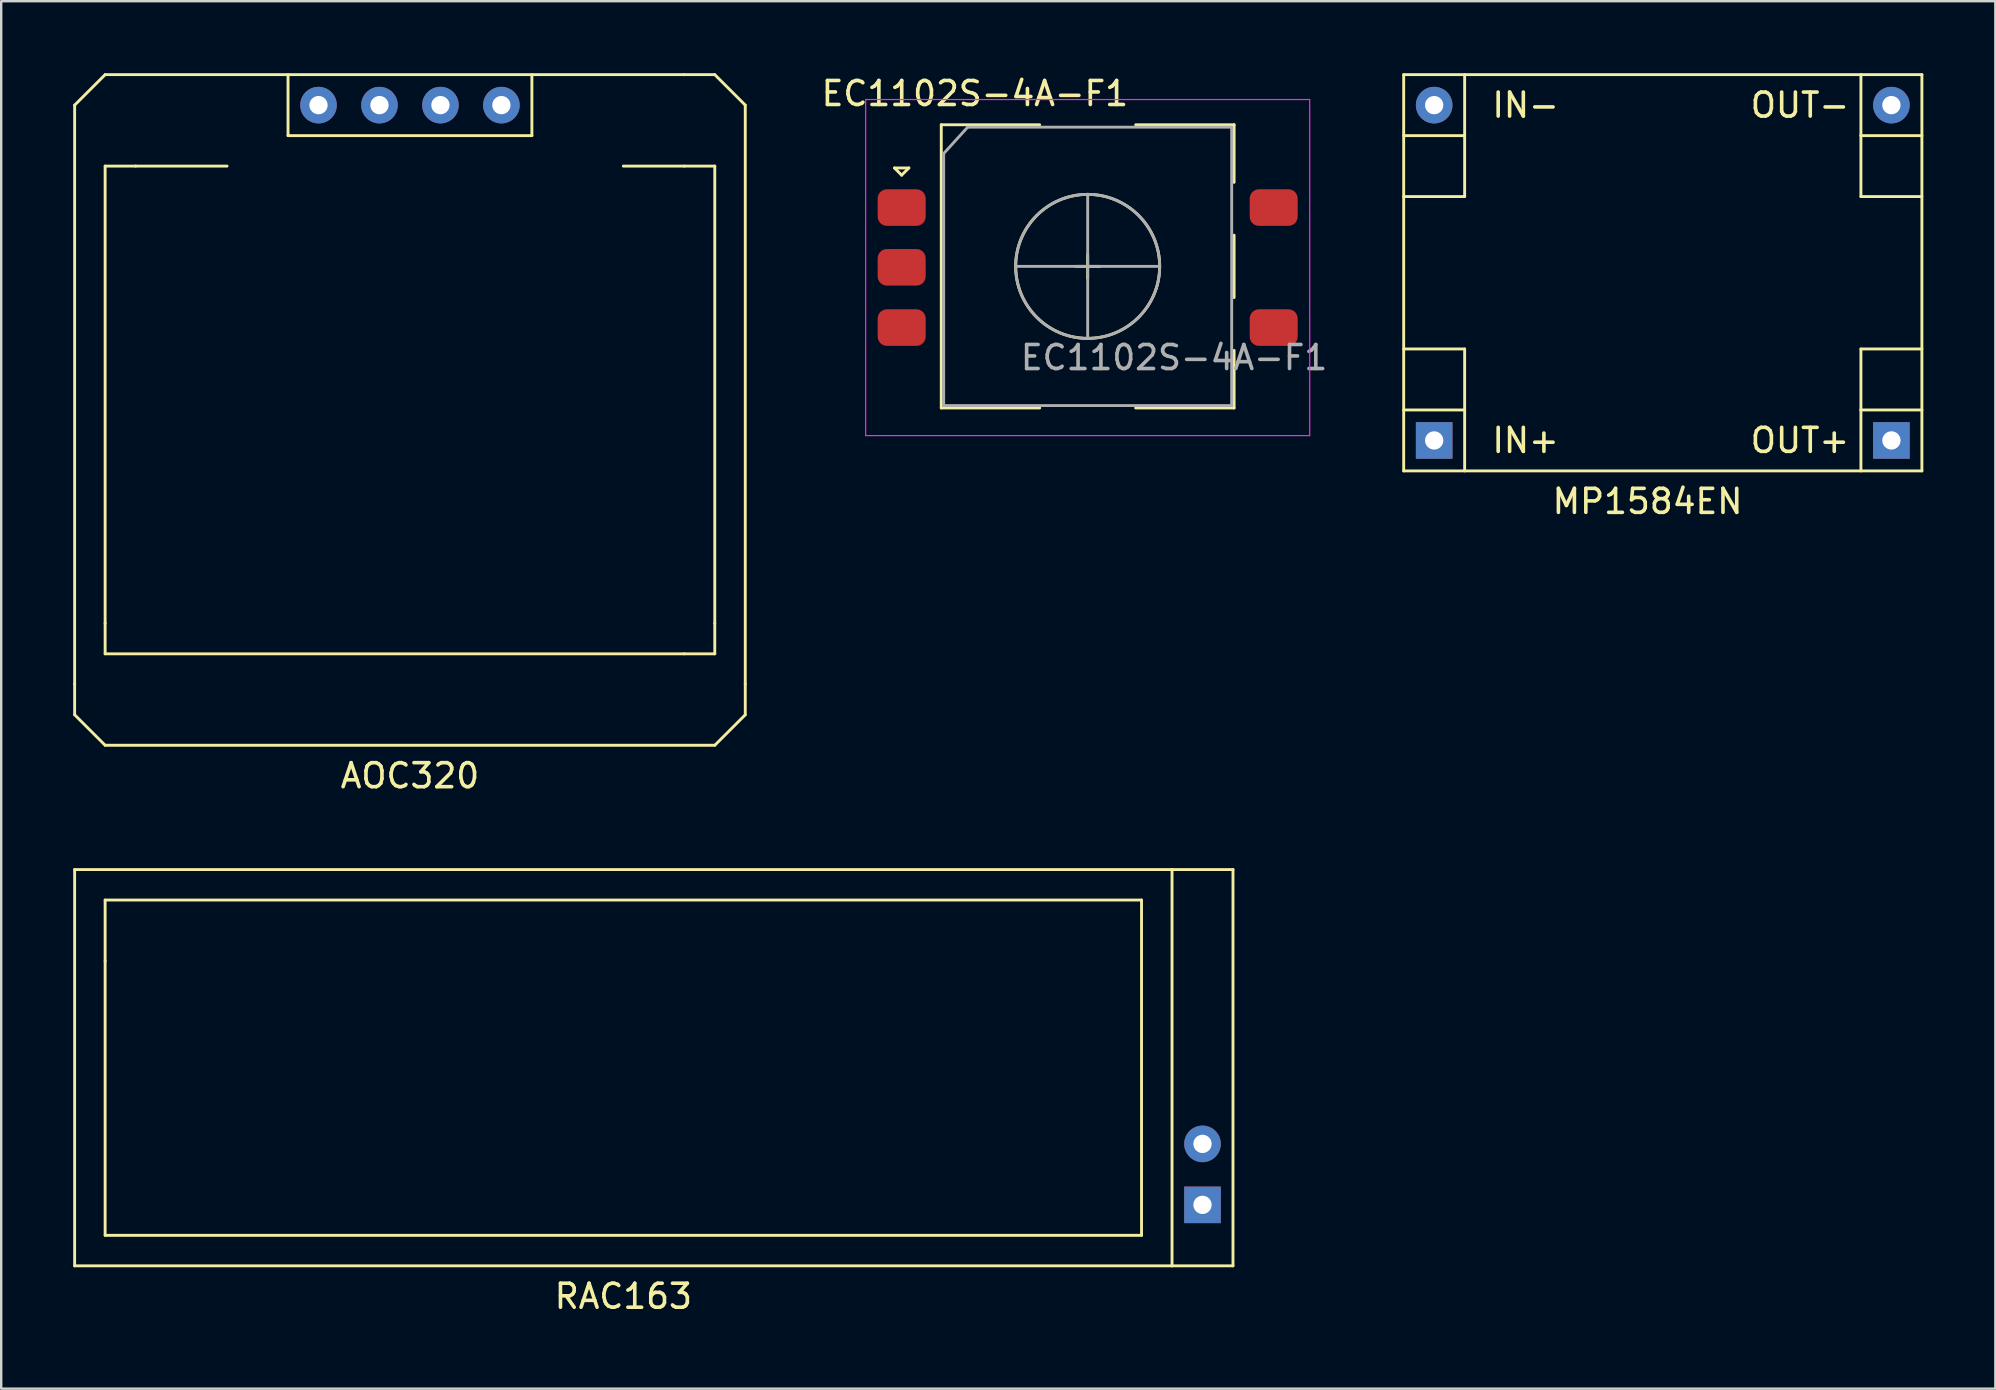
<source format=kicad_pcb>
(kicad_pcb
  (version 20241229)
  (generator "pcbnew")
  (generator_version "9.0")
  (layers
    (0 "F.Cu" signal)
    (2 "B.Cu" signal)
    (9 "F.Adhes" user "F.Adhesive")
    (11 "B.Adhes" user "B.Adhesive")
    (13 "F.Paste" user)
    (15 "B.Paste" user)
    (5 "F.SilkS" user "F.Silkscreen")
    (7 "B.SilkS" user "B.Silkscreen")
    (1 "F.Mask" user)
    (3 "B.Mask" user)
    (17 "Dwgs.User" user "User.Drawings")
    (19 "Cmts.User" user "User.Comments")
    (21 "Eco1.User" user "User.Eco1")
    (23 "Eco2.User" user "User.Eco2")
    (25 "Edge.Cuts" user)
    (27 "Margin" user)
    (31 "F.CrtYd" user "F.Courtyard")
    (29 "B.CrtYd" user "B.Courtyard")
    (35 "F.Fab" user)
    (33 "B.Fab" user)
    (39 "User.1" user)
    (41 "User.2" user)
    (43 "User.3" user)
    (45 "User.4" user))
  (footprint "RAC163"
    (layer "F.Cu")
    (at 22.92 40.798)
    (property "Reference" "RAC163" (at 0 10.16 0) (layer "F.SilkS") (effects (font (size 1 1) (thickness 0.15))))
    (attr through_hole)
    (fp_line (start -22.86 -7.62) (end -22.86 8.89) (stroke (width 0.12) (type solid)) (layer "F.SilkS"))
    (fp_line (start -22.86 8.89) (end 22.86 8.89) (stroke (width 0.12) (type solid)) (layer "F.SilkS"))
    (fp_line (start -21.59 -6.35) (end -21.59 -3.81) (stroke (width 0.12) (type solid)) (layer "F.SilkS"))
    (fp_line (start -21.59 -3.81) (end -21.59 7.62) (stroke (width 0.12) (type solid)) (layer "F.SilkS"))
    (fp_line (start -21.59 7.62) (end 21.59 7.62) (stroke (width 0.12) (type solid)) (layer "F.SilkS"))
    (fp_line (start 21.59 -6.35) (end -21.59 -6.35) (stroke (width 0.12) (type solid)) (layer "F.SilkS"))
    (fp_line (start 21.59 7.62) (end 21.59 -6.35) (stroke (width 0.12) (type solid)) (layer "F.SilkS"))
    (fp_line (start 22.86 -7.62) (end -22.86 -7.62) (stroke (width 0.12) (type solid)) (layer "F.SilkS"))
    (fp_line (start 22.86 -7.62) (end 25.4 -7.62) (stroke (width 0.12) (type solid)) (layer "F.SilkS"))
    (fp_line (start 22.86 8.89) (end 22.86 -7.62) (stroke (width 0.12) (type solid)) (layer "F.SilkS"))
    (fp_line (start 25.4 -7.62) (end 25.4 8.89) (stroke (width 0.12) (type solid)) (layer "F.SilkS"))
    (fp_line (start 25.4 8.89) (end 22.86 8.89) (stroke (width 0.12) (type solid)) (layer "F.SilkS"))
    (pad "1" thru_hole trapezoid (at 24.13 6.35) (size 1.524 1.524) (drill 0.762) (layers "*.Cu" "*.Mask"))
    (pad "2" thru_hole circle (at 24.13 3.81) (size 1.524 1.524) (drill 0.762) (layers "*.Cu" "*.Mask")))
  (footprint "AOC320"
    (layer "F.Cu")
    (at 14.03 14.03)
    (property "Reference" "AOC320" (at 0 15.24 0) (layer "F.SilkS") (effects (font (size 1 1) (thickness 0.15))))
    (attr through_hole)
    (fp_line (start -13.97 -12.7) (end -13.97 11.43) (stroke (width 0.12) (type solid)) (layer "F.SilkS"))
    (fp_line (start -13.97 12.7) (end -13.97 11.43) (stroke (width 0.12) (type solid)) (layer "F.SilkS"))
    (fp_line (start -12.7 -13.97) (end -13.97 -12.7) (stroke (width 0.12) (type solid)) (layer "F.SilkS"))
    (fp_line (start -12.7 -10.16) (end -12.7 8.89) (stroke (width 0.12) (type solid)) (layer "F.SilkS"))
    (fp_line (start -12.7 8.89) (end -12.7 10.16) (stroke (width 0.12) (type solid)) (layer "F.SilkS"))
    (fp_line (start -12.7 10.16) (end 11.43 10.16) (stroke (width 0.12) (type solid)) (layer "F.SilkS"))
    (fp_line (start -12.7 13.97) (end -13.97 12.7) (stroke (width 0.12) (type solid)) (layer "F.SilkS"))
    (fp_line (start -11.43 -10.16) (end -12.7 -10.16) (stroke (width 0.12) (type solid)) (layer "F.SilkS"))
    (fp_line (start -11.43 -10.16) (end -7.62 -10.16) (stroke (width 0.12) (type solid)) (layer "F.SilkS"))
    (fp_line (start -5.08 -13.97) (end -5.08 -11.43) (stroke (width 0.12) (type solid)) (layer "F.SilkS"))
    (fp_line (start -5.08 -11.43) (end 5.08 -11.43) (stroke (width 0.12) (type solid)) (layer "F.SilkS"))
    (fp_line (start 5.08 -11.43) (end 5.08 -13.97) (stroke (width 0.12) (type solid)) (layer "F.SilkS"))
    (fp_line (start 8.89 -10.16) (end 11.43 -10.16) (stroke (width 0.12) (type solid)) (layer "F.SilkS"))
    (fp_line (start 11.43 -13.97) (end -12.7 -13.97) (stroke (width 0.12) (type solid)) (layer "F.SilkS"))
    (fp_line (start 11.43 10.16) (end 12.7 10.16) (stroke (width 0.12) (type solid)) (layer "F.SilkS"))
    (fp_line (start 12.7 -13.97) (end 11.43 -13.97) (stroke (width 0.12) (type solid)) (layer "F.SilkS"))
    (fp_line (start 12.7 -10.16) (end 11.43 -10.16) (stroke (width 0.12) (type solid)) (layer "F.SilkS"))
    (fp_line (start 12.7 8.89) (end 12.7 -10.16) (stroke (width 0.12) (type solid)) (layer "F.SilkS"))
    (fp_line (start 12.7 8.89) (end 12.7 10.16) (stroke (width 0.12) (type solid)) (layer "F.SilkS"))
    (fp_line (start 12.7 13.97) (end -12.7 13.97) (stroke (width 0.12) (type solid)) (layer "F.SilkS"))
    (fp_line (start 13.97 -12.7) (end 12.7 -13.97) (stroke (width 0.12) (type solid)) (layer "F.SilkS"))
    (fp_line (start 13.97 11.43) (end 13.97 -12.7) (stroke (width 0.12) (type solid)) (layer "F.SilkS"))
    (fp_line (start 13.97 11.43) (end 13.97 12.7) (stroke (width 0.12) (type solid)) (layer "F.SilkS"))
    (fp_line (start 13.97 12.7) (end 12.7 13.97) (stroke (width 0.12) (type solid)) (layer "F.SilkS"))
    (pad "1" thru_hole circle (at -3.81 -12.7) (size 1.524 1.524) (drill 0.762) (layers "*.Cu" "*.Mask"))
    (pad "2" thru_hole circle (at -1.27 -12.7) (size 1.524 1.524) (drill 0.762) (layers "*.Cu" "*.Mask"))
    (pad "3" thru_hole circle (at 3.81 -12.7) (size 1.524 1.524) (drill 0.762) (layers "*.Cu" "*.Mask"))
    (pad "4" thru_hole circle (at 1.27 -12.7) (size 1.524 1.524) (drill 0.762) (layers "*.Cu" "*.Mask")))
  (footprint "MP1584EN"
    (layer "F.Cu")
    (at 65.592 7.68)
    (property "Reference" "MP1584EN" (at 0 10.16 0) (layer "F.SilkS") (effects (font (size 1 1) (thickness 0.15))))
    (attr through_hole)
    (fp_line (start -10.16 -7.62) (end -10.16 8.89) (stroke (width 0.12) (type solid)) (layer "F.SilkS"))
    (fp_line (start -10.16 -5.08) (end -7.62 -5.08) (stroke (width 0.12) (type solid)) (layer "F.SilkS"))
    (fp_line (start -10.16 -2.54) (end -7.62 -2.54) (stroke (width 0.12) (type solid)) (layer "F.SilkS"))
    (fp_line (start -10.16 3.81) (end -7.62 3.81) (stroke (width 0.12) (type solid)) (layer "F.SilkS"))
    (fp_line (start -10.16 6.35) (end -7.62 6.35) (stroke (width 0.12) (type solid)) (layer "F.SilkS"))
    (fp_line (start -10.16 8.89) (end 11.43 8.89) (stroke (width 0.12) (type solid)) (layer "F.SilkS"))
    (fp_line (start -7.62 -5.08) (end -7.62 -7.62) (stroke (width 0.12) (type solid)) (layer "F.SilkS"))
    (fp_line (start -7.62 -2.54) (end -7.62 -5.08) (stroke (width 0.12) (type solid)) (layer "F.SilkS"))
    (fp_line (start -7.62 3.81) (end -7.62 6.35) (stroke (width 0.12) (type solid)) (layer "F.SilkS"))
    (fp_line (start -7.62 6.35) (end -7.62 8.89) (stroke (width 0.12) (type solid)) (layer "F.SilkS"))
    (fp_line (start 8.89 -7.62) (end 8.89 -5.08) (stroke (width 0.12) (type solid)) (layer "F.SilkS"))
    (fp_line (start 8.89 -5.08) (end 8.89 -2.54) (stroke (width 0.12) (type solid)) (layer "F.SilkS"))
    (fp_line (start 8.89 -5.08) (end 11.43 -5.08) (stroke (width 0.12) (type solid)) (layer "F.SilkS"))
    (fp_line (start 8.89 -2.54) (end 11.43 -2.54) (stroke (width 0.12) (type solid)) (layer "F.SilkS"))
    (fp_line (start 8.89 3.81) (end 11.43 3.81) (stroke (width 0.12) (type solid)) (layer "F.SilkS"))
    (fp_line (start 8.89 6.35) (end 8.89 3.81) (stroke (width 0.12) (type solid)) (layer "F.SilkS"))
    (fp_line (start 8.89 6.35) (end 11.43 6.35) (stroke (width 0.12) (type solid)) (layer "F.SilkS"))
    (fp_line (start 8.89 8.89) (end 8.89 6.35) (stroke (width 0.12) (type solid)) (layer "F.SilkS"))
    (fp_line (start 11.43 -7.62) (end -10.16 -7.62) (stroke (width 0.12) (type solid)) (layer "F.SilkS"))
    (fp_line (start 11.43 -7.62) (end 11.43 8.89) (stroke (width 0.12) (type solid)) (layer "F.SilkS"))
    (fp_text user "IN+" (at -5.08 7.62 0) (layer "F.SilkS") (effects (font (size 1 1) (thickness 0.15))))
    (fp_text user "IN-" (at -5.08 -6.35 0) (layer "F.SilkS") (effects (font (size 1 1) (thickness 0.15))))
    (fp_text user "OUT+" (at 6.35 7.62 0) (layer "F.SilkS") (effects (font (size 1 1) (thickness 0.15))))
    (fp_text user "OUT-" (at 6.35 -6.35 0) (layer "F.SilkS") (effects (font (size 1 1) (thickness 0.15))))
    (pad "1" thru_hole circle (at -8.89 -6.35) (size 1.524 1.524) (drill 0.762) (layers "*.Cu" "*.Mask"))
    (pad "2" thru_hole rect (at -8.89 7.62) (size 1.524 1.524) (drill 0.762) (layers "*.Cu" "*.Mask"))
    (pad "3" thru_hole circle (at 10.16 -6.35) (size 1.524 1.524) (drill 0.762) (layers "*.Cu" "*.Mask"))
    (pad "4" thru_hole trapezoid (at 10.16 7.62) (size 1.524 1.524) (drill 0.762) (layers "*.Cu" "*.Mask")))
  (footprint "EC1102S-4A-F1"
    (layer "F.Cu")
    (at 42.266 8.098)
    (property "Reference" "EC1102S-4A-F1" (at -4.7 -7.25 0) (layer "F.SilkS") (effects (font (size 1 1) (thickness 0.15))))
    (attr through_hole)
    (fp_line (start -8.05 -4.15) (end -7.45 -4.15) (stroke (width 0.12) (type solid)) (layer "F.SilkS"))
    (fp_line (start -7.75 -3.85) (end -8.05 -4.15) (stroke (width 0.12) (type solid)) (layer "F.SilkS"))
    (fp_line (start -7.45 -4.15) (end -7.75 -3.85) (stroke (width 0.12) (type solid)) (layer "F.SilkS"))
    (fp_line (start -6.1 -5.95) (end -6.1 5.85) (stroke (width 0.12) (type solid)) (layer "F.SilkS"))
    (fp_line (start -2 -5.95) (end -6.1 -5.95) (stroke (width 0.12) (type solid)) (layer "F.SilkS"))
    (fp_line (start -2 5.85) (end -6.1 5.85) (stroke (width 0.12) (type solid)) (layer "F.SilkS"))
    (fp_line (start -0.5 -0.05) (end 0.5 -0.05) (stroke (width 0.12) (type solid)) (layer "F.SilkS"))
    (fp_line (start 0 -0.55) (end 0 0.45) (stroke (width 0.12) (type solid)) (layer "F.SilkS"))
    (fp_line (start 2 -5.95) (end 6.1 -5.95) (stroke (width 0.12) (type solid)) (layer "F.SilkS"))
    (fp_line (start 6.1 -5.95) (end 6.1 -3.55) (stroke (width 0.12) (type solid)) (layer "F.SilkS"))
    (fp_line (start 6.1 -1.35) (end 6.1 1.25) (stroke (width 0.12) (type solid)) (layer "F.SilkS"))
    (fp_line (start 6.1 3.45) (end 6.1 5.85) (stroke (width 0.12) (type solid)) (layer "F.SilkS"))
    (fp_line (start 6.1 5.85) (end 2 5.85) (stroke (width 0.12) (type solid)) (layer "F.SilkS"))
    (fp_circle (center 0 -0.05) (end 3 -0.05) (stroke (width 0.12) (type solid)) (fill no) (layer "F.SilkS"))
    (fp_line (start -9.25 -7) (end -9.25 7) (stroke (width 0.05) (type solid)) (layer "F.CrtYd"))
    (fp_line (start -9.25 -7) (end 9.25 -7) (stroke (width 0.05) (type solid)) (layer "F.CrtYd"))
    (fp_line (start 9.25 7) (end -9.25 7) (stroke (width 0.05) (type solid)) (layer "F.CrtYd"))
    (fp_line (start 9.25 7) (end 9.25 -7) (stroke (width 0.05) (type solid)) (layer "F.CrtYd"))
    (fp_line (start -6 -4.75) (end -5 -5.85) (stroke (width 0.12) (type solid)) (layer "F.Fab"))
    (fp_line (start -6 5.75) (end -6 -4.75) (stroke (width 0.12) (type solid)) (layer "F.Fab"))
    (fp_line (start -5 -5.85) (end 6 -5.85) (stroke (width 0.12) (type solid)) (layer "F.Fab"))
    (fp_line (start -3 -0.05) (end 3 -0.05) (stroke (width 0.12) (type solid)) (layer "F.Fab"))
    (fp_line (start 0 -3.05) (end 0 2.95) (stroke (width 0.12) (type solid)) (layer "F.Fab"))
    (fp_line (start 6 -5.85) (end 6 5.75) (stroke (width 0.12) (type solid)) (layer "F.Fab"))
    (fp_line (start 6 5.75) (end -6 5.75) (stroke (width 0.12) (type solid)) (layer "F.Fab"))
    (fp_circle (center 0 -0.05) (end 3 -0.05) (stroke (width 0.12) (type solid)) (fill no) (layer "F.Fab"))
    (fp_text user "${REFERENCE}" (at 3.6 3.75 0) (layer "F.Fab") (effects (font (size 1 1) (thickness 0.15))))
    (pad "A" smd roundrect (at -7.75 -2.5) (size 2 1.524) (layers "F.Cu" "F.Mask" "F.Paste") (roundrect_rratio 0.25))
    (pad "B" smd roundrect (at -7.75 2.5) (size 2 1.524) (layers "F.Cu" "F.Mask" "F.Paste") (roundrect_rratio 0.25))
    (pad "C" smd roundrect (at -7.75 -0.01) (size 2 1.524) (layers "F.Cu" "F.Mask" "F.Paste") (roundrect_rratio 0.25))
    (pad "S1" smd roundrect (at 7.75 -2.5) (size 2 1.524) (layers "F.Cu" "F.Mask" "F.Paste") (roundrect_rratio 0.25))
    (pad "S2" smd roundrect (at 7.75 2.5) (size 2 1.524) (layers "F.Cu" "F.Mask" "F.Paste") (roundrect_rratio 0.25)))
  (gr_rect
    (start -3 -3)
    (end 80.082 54.806)
    (stroke (width 0.1) (type default))
    (fill no)
    (layer "Edge.Cuts")))
</source>
